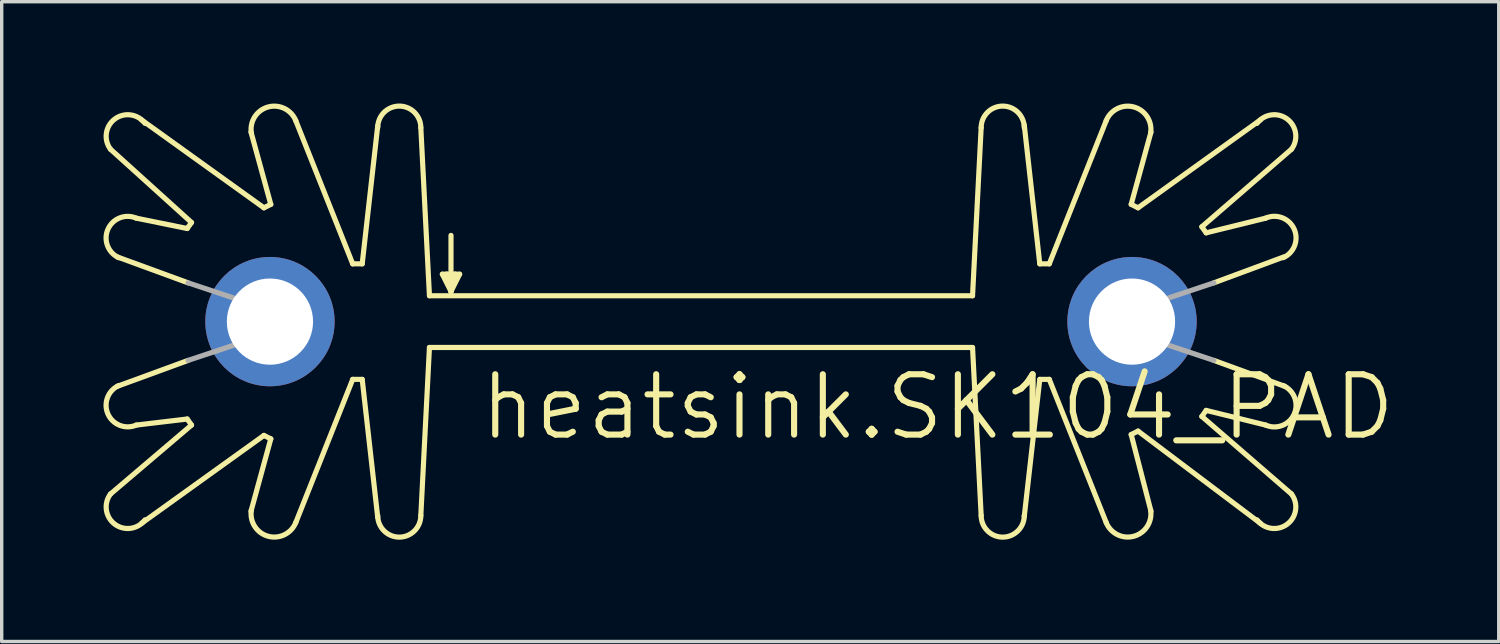
<source format=kicad_pcb>
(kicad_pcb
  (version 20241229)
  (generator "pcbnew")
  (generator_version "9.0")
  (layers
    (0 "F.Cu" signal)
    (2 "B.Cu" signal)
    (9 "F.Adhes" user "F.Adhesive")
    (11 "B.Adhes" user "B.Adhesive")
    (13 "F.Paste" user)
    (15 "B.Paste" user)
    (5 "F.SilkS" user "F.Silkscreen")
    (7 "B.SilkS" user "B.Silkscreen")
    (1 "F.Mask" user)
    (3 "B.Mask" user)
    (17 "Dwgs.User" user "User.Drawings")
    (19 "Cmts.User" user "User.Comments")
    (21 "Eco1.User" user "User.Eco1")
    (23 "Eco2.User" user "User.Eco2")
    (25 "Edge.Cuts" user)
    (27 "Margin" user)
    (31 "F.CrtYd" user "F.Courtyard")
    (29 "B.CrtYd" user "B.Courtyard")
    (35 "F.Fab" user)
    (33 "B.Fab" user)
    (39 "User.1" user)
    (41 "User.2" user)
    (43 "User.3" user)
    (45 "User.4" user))
  (footprint "heatsink.SK104_PAD"
    (layer "F.Cu")
    (at 17.604 5.664)
    (property "Reference" "heatsink.SK104_PAD" (at -6.604 4.318 0) (layer "F.SilkS") (effects (font (size 1.778 1.778) (thickness 0.18)) (justify left bottom)))
    (attr through_hole)
    (fp_line (start -15.138 -1.981) (end -16.637 -2.286) (stroke (width 0.152) (type default)) (layer "F.SilkS"))
    (fp_line (start -15.138 -1.981) (end -15.011 -2.159) (stroke (width 0.152) (type default)) (layer "F.SilkS"))
    (fp_line (start -15.138 3.632) (end -16.637 3.81) (stroke (width 0.152) (type default)) (layer "F.SilkS"))
    (fp_line (start -15.138 3.632) (end -15.011 3.81) (stroke (width 0.152) (type default)) (layer "F.SilkS"))
    (fp_line (start -15.113 -0.381) (end -17.196 -1.143) (stroke (width 0.152) (type default)) (layer "F.SilkS"))
    (fp_line (start -15.113 1.905) (end -17.196 2.667) (stroke (width 0.152) (type default)) (layer "F.SilkS"))
    (fp_line (start -15.011 -2.159) (end -17.399 -4.318) (stroke (width 0.152) (type default)) (layer "F.SilkS"))
    (fp_line (start -15.011 3.81) (end -17.399 5.842) (stroke (width 0.152) (type default)) (layer "F.SilkS"))
    (fp_line (start -13.259 -4.826) (end -12.675 -2.692) (stroke (width 0.152) (type default)) (layer "F.SilkS"))
    (fp_line (start -13.259 6.35) (end -12.675 4.216) (stroke (width 0.152) (type default)) (layer "F.SilkS"))
    (fp_line (start -12.878 -2.591) (end -16.485 -5.182) (stroke (width 0.152) (type default)) (layer "F.SilkS"))
    (fp_line (start -12.878 4.115) (end -16.485 6.706) (stroke (width 0.152) (type default)) (layer "F.SilkS"))
    (fp_line (start -12.675 -2.692) (end -12.878 -2.591) (stroke (width 0.152) (type default)) (layer "F.SilkS"))
    (fp_line (start -12.675 4.216) (end -12.878 4.115) (stroke (width 0.152) (type default)) (layer "F.SilkS"))
    (fp_line (start -10.262 -0.94) (end -11.938 -5.156) (stroke (width 0.152) (type default)) (layer "F.SilkS"))
    (fp_line (start -10.262 2.464) (end -11.938 6.68) (stroke (width 0.152) (type default)) (layer "F.SilkS"))
    (fp_line (start -9.982 -0.94) (end -10.262 -0.94) (stroke (width 0.152) (type default)) (layer "F.SilkS"))
    (fp_line (start -9.982 -0.94) (end -9.525 -5.004) (stroke (width 0.152) (type default)) (layer "F.SilkS"))
    (fp_line (start -9.982 2.464) (end -10.262 2.464) (stroke (width 0.152) (type default)) (layer "F.SilkS"))
    (fp_line (start -9.982 2.464) (end -9.525 6.528) (stroke (width 0.152) (type default)) (layer "F.SilkS"))
    (fp_line (start -8.255 -4.953) (end -8.001 0) (stroke (width 0.152) (type default)) (layer "F.SilkS"))
    (fp_line (start -8.255 6.477) (end -8.001 1.524) (stroke (width 0.152) (type default)) (layer "F.SilkS"))
    (fp_line (start -8.001 0) (end 8.001 0) (stroke (width 0.152) (type default)) (layer "F.SilkS"))
    (fp_line (start -8.001 1.524) (end 8.001 1.524) (stroke (width 0.152) (type default)) (layer "F.SilkS"))
    (fp_line (start -7.62 -0.635) (end -7.493 -0.635) (stroke (width 0.152) (type default)) (layer "F.SilkS"))
    (fp_line (start -7.493 -0.635) (end -7.366 -0.254) (stroke (width 0.152) (type default)) (layer "F.SilkS"))
    (fp_line (start -7.493 -0.635) (end -7.239 -0.635) (stroke (width 0.152) (type default)) (layer "F.SilkS"))
    (fp_line (start -7.366 -1.778) (end -7.366 -0.254) (stroke (width 0.152) (type default)) (layer "F.SilkS"))
    (fp_line (start -7.366 -0.254) (end -7.366 -0.127) (stroke (width 0.152) (type default)) (layer "F.SilkS"))
    (fp_line (start -7.366 -0.127) (end -7.62 -0.635) (stroke (width 0.152) (type default)) (layer "F.SilkS"))
    (fp_line (start -7.366 -0.127) (end -7.239 -0.635) (stroke (width 0.152) (type default)) (layer "F.SilkS"))
    (fp_line (start -7.239 -0.635) (end -7.112 -0.635) (stroke (width 0.152) (type default)) (layer "F.SilkS"))
    (fp_line (start -7.112 -0.635) (end -7.366 -0.127) (stroke (width 0.152) (type default)) (layer "F.SilkS"))
    (fp_line (start 8.255 -4.953) (end 8.001 0) (stroke (width 0.152) (type default)) (layer "F.SilkS"))
    (fp_line (start 8.255 6.477) (end 8.001 1.524) (stroke (width 0.152) (type default)) (layer "F.SilkS"))
    (fp_line (start 9.982 -0.94) (end 9.525 -5.029) (stroke (width 0.152) (type default)) (layer "F.SilkS"))
    (fp_line (start 9.982 -0.94) (end 10.262 -0.94) (stroke (width 0.152) (type default)) (layer "F.SilkS"))
    (fp_line (start 9.982 2.464) (end 9.525 6.502) (stroke (width 0.152) (type default)) (layer "F.SilkS"))
    (fp_line (start 9.982 2.464) (end 10.262 2.464) (stroke (width 0.152) (type default)) (layer "F.SilkS"))
    (fp_line (start 10.262 -0.94) (end 11.938 -5.156) (stroke (width 0.152) (type default)) (layer "F.SilkS"))
    (fp_line (start 10.262 2.464) (end 11.938 6.68) (stroke (width 0.152) (type default)) (layer "F.SilkS"))
    (fp_line (start 12.675 -2.692) (end 12.878 -2.591) (stroke (width 0.152) (type default)) (layer "F.SilkS"))
    (fp_line (start 12.675 4.089) (end 12.878 3.988) (stroke (width 0.152) (type default)) (layer "F.SilkS"))
    (fp_line (start 12.878 -2.591) (end 16.485 -5.182) (stroke (width 0.152) (type default)) (layer "F.SilkS"))
    (fp_line (start 12.878 3.988) (end 16.485 6.706) (stroke (width 0.152) (type default)) (layer "F.SilkS"))
    (fp_line (start 13.259 -4.826) (end 12.675 -2.692) (stroke (width 0.152) (type default)) (layer "F.SilkS"))
    (fp_line (start 13.259 6.35) (end 12.675 4.089) (stroke (width 0.152) (type default)) (layer "F.SilkS"))
    (fp_line (start 14.757 -2.032) (end 17.399 -4.318) (stroke (width 0.152) (type default)) (layer "F.SilkS"))
    (fp_line (start 14.757 3.556) (end 17.399 5.842) (stroke (width 0.152) (type default)) (layer "F.SilkS"))
    (fp_line (start 14.884 -1.854) (end 14.757 -2.032) (stroke (width 0.152) (type default)) (layer "F.SilkS"))
    (fp_line (start 14.884 -1.854) (end 16.637 -2.286) (stroke (width 0.152) (type default)) (layer "F.SilkS"))
    (fp_line (start 14.884 3.378) (end 14.757 3.556) (stroke (width 0.152) (type default)) (layer "F.SilkS"))
    (fp_line (start 14.884 3.378) (end 16.637 3.81) (stroke (width 0.152) (type default)) (layer "F.SilkS"))
    (fp_line (start 15.113 -0.381) (end 17.17 -1.143) (stroke (width 0.152) (type default)) (layer "F.SilkS"))
    (fp_line (start 15.113 1.905) (end 17.196 2.667) (stroke (width 0.152) (type default)) (layer "F.SilkS"))
    (fp_arc (start -17.399 -4.318) (mid -17.272 -5.207) (end -16.383 -5.08) (stroke (width 0.1524) (type default)) (layer "F.SilkS"))
    (fp_arc (start -17.1546 -1.1219) (mid -17.47297 -1.960453) (end -16.6371 -2.2858) (stroke (width 0.1524) (type default)) (layer "F.SilkS"))
    (fp_arc (start -16.6371 3.8098) (mid -17.47297 3.484453) (end -17.1546 2.6459) (stroke (width 0.1524) (type default)) (layer "F.SilkS"))
    (fp_arc (start -16.383 6.604) (mid -17.272 6.731) (end -17.399 5.842) (stroke (width 0.1524) (type default)) (layer "F.SilkS"))
    (fp_arc (start -13.2476 -4.7898) (mid -12.757219 -5.561011) (end -11.9378 -5.1563) (stroke (width 0.1524) (type default)) (layer "F.SilkS"))
    (fp_arc (start -11.9378 6.6803) (mid -12.757219 7.085011) (end -13.2476 6.3138) (stroke (width 0.1524) (type default)) (layer "F.SilkS"))
    (fp_arc (start -9.525 -4.953) (mid -8.89 -5.588) (end -8.255 -4.953) (stroke (width 0.1524) (type default)) (layer "F.SilkS"))
    (fp_arc (start -8.255 6.477) (mid -8.89 7.112) (end -9.525 6.477) (stroke (width 0.1524) (type default)) (layer "F.SilkS"))
    (fp_arc (start 8.255 -4.953) (mid 8.89 -5.588) (end 9.525 -4.953) (stroke (width 0.1524) (type default)) (layer "F.SilkS"))
    (fp_arc (start 9.525 6.477) (mid 8.89 7.112) (end 8.255 6.477) (stroke (width 0.1524) (type default)) (layer "F.SilkS"))
    (fp_arc (start 11.938 -5.1562) (mid 12.757182 -5.560806) (end 13.2474 -4.7898) (stroke (width 0.1524) (type default)) (layer "F.SilkS"))
    (fp_arc (start 13.2474 6.3138) (mid 12.757182 7.084806) (end 11.938 6.6802) (stroke (width 0.1524) (type default)) (layer "F.SilkS"))
    (fp_arc (start 16.383 -5.08) (mid 17.272 -5.207) (end 17.399 -4.318) (stroke (width 0.1524) (type default)) (layer "F.SilkS"))
    (fp_arc (start 16.637 -2.286) (mid 17.47317 -1.960552) (end 17.1547 -1.1217) (stroke (width 0.1524) (type default)) (layer "F.SilkS"))
    (fp_arc (start 17.1547 2.6457) (mid 17.47317 3.484552) (end 16.637 3.81) (stroke (width 0.1524) (type default)) (layer "F.SilkS"))
    (fp_arc (start 17.399 5.842) (mid 17.272 6.731) (end 16.383 6.604) (stroke (width 0.1524) (type default)) (layer "F.SilkS"))
    (fp_line (start -13.589 0.127) (end -15.113 -0.381) (stroke (width 0.152) (type default)) (layer "F.Fab"))
    (fp_line (start -13.589 1.397) (end -15.113 1.905) (stroke (width 0.152) (type default)) (layer "F.Fab"))
    (fp_line (start 13.589 0.127) (end 15.113 -0.381) (stroke (width 0.152) (type default)) (layer "F.Fab"))
    (fp_line (start 13.589 1.397) (end 15.113 1.905) (stroke (width 0.152) (type default)) (layer "F.Fab"))
    (fp_arc (start -13.589 1.397) (mid -13.792495 0.762) (end -13.589 0.127) (stroke (width 0.1524) (type default)) (layer "F.Fab"))
    (fp_arc (start 13.589 0.127) (mid 13.792277 0.74435) (end 13.6089 1.3679) (stroke (width 0.1524) (type default)) (layer "F.Fab"))
    (pad "K1" thru_hole circle (at -12.7 0.762) (size 3.81 3.81) (drill 2.54) (layers "*.Cu" "*.Mask"))
    (pad "K2" thru_hole circle (at 12.7 0.762) (size 3.81 3.81) (drill 2.54) (layers "*.Cu" "*.Mask")))
  (gr_rect
    (start -3 -3)
    (end 41.109 15.852)
    (stroke (width 0.1) (type default))
    (fill no)
    (layer "Edge.Cuts")))
</source>
